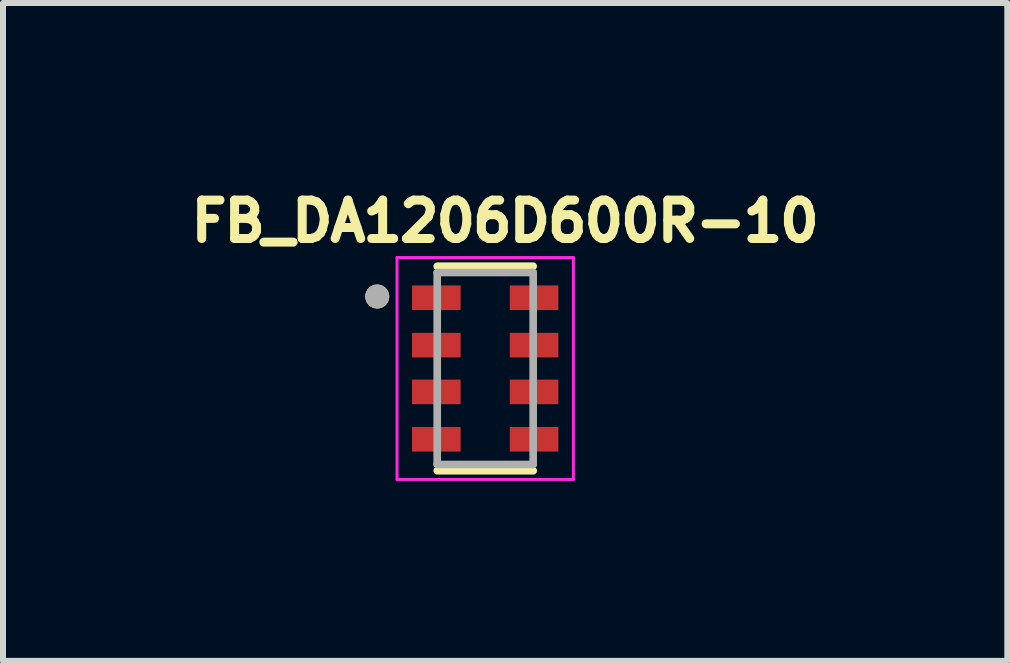
<source format=kicad_pcb>
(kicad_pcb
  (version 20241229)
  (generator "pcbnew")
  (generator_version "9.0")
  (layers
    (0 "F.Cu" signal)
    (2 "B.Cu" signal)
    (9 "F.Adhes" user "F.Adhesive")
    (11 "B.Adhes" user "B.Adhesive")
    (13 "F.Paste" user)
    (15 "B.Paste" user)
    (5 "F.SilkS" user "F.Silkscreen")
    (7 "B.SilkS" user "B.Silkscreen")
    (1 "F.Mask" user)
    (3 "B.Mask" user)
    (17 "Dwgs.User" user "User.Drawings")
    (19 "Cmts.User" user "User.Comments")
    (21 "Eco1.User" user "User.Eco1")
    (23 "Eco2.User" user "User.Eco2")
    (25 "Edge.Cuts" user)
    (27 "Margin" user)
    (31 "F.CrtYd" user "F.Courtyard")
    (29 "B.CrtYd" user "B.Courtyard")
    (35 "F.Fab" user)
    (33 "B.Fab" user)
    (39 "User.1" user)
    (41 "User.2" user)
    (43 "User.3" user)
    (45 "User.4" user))
  (footprint "FB_DA1206D600R-10"
    (layer "F.Cu")
    (at 5.04 3.094)
    (property "Reference" "FB_DA1206D600R-10" (at 0.332 -2.456 0) (layer "F.SilkS") (effects (font (size 0.64 0.64) (thickness 0.15))))
    (attr smd)
    (fp_line (start -0.8 -1.705) (end 0.8 -1.705) (stroke (width 0.127) (type solid)) (layer "F.SilkS"))
    (fp_line (start -0.8 1.705) (end 0.8 1.705) (stroke (width 0.127) (type solid)) (layer "F.SilkS"))
    (fp_circle (center -1.8 -1.2) (end -1.7 -1.2) (stroke (width 0.2) (type solid)) (fill no) (layer "F.SilkS"))
    (fp_line (start -1.47 -1.85) (end -1.47 1.85) (stroke (width 0.05) (type solid)) (layer "F.CrtYd"))
    (fp_line (start -1.47 1.85) (end 1.47 1.85) (stroke (width 0.05) (type solid)) (layer "F.CrtYd"))
    (fp_line (start 1.47 -1.85) (end -1.47 -1.85) (stroke (width 0.05) (type solid)) (layer "F.CrtYd"))
    (fp_line (start 1.47 1.85) (end 1.47 -1.85) (stroke (width 0.05) (type solid)) (layer "F.CrtYd"))
    (fp_line (start -0.8 -1.6) (end 0.8 -1.6) (stroke (width 0.127) (type solid)) (layer "F.Fab"))
    (fp_line (start -0.8 1.6) (end -0.8 -1.6) (stroke (width 0.127) (type solid)) (layer "F.Fab"))
    (fp_line (start 0.8 -1.6) (end 0.8 1.6) (stroke (width 0.127) (type solid)) (layer "F.Fab"))
    (fp_line (start 0.8 1.6) (end -0.8 1.6) (stroke (width 0.127) (type solid)) (layer "F.Fab"))
    (fp_circle (center -1.8 -1.2) (end -1.7 -1.2) (stroke (width 0.2) (type solid)) (fill no) (layer "F.Fab"))
    (pad "1" smd rect (at -0.815 -1.18) (size 0.81 0.41) (layers "F.Cu" "F.Mask" "F.Paste"))
    (pad "2" smd rect (at -0.815 -0.39) (size 0.81 0.41) (layers "F.Cu" "F.Mask" "F.Paste"))
    (pad "3" smd rect (at -0.815 0.39) (size 0.81 0.41) (layers "F.Cu" "F.Mask" "F.Paste"))
    (pad "4" smd rect (at -0.815 1.18) (size 0.81 0.41) (layers "F.Cu" "F.Mask" "F.Paste"))
    (pad "5" smd rect (at 0.815 1.18) (size 0.81 0.41) (layers "F.Cu" "F.Mask" "F.Paste"))
    (pad "6" smd rect (at 0.815 0.39) (size 0.81 0.41) (layers "F.Cu" "F.Mask" "F.Paste"))
    (pad "7" smd rect (at 0.815 -0.39) (size 0.81 0.41) (layers "F.Cu" "F.Mask" "F.Paste"))
    (pad "8" smd rect (at 0.815 -1.18) (size 0.81 0.41) (layers "F.Cu" "F.Mask" "F.Paste")))
  (gr_rect
    (start -3 -3)
    (end 13.745 7.969)
    (stroke (width 0.1) (type default))
    (fill no)
    (layer "Edge.Cuts")))
</source>
